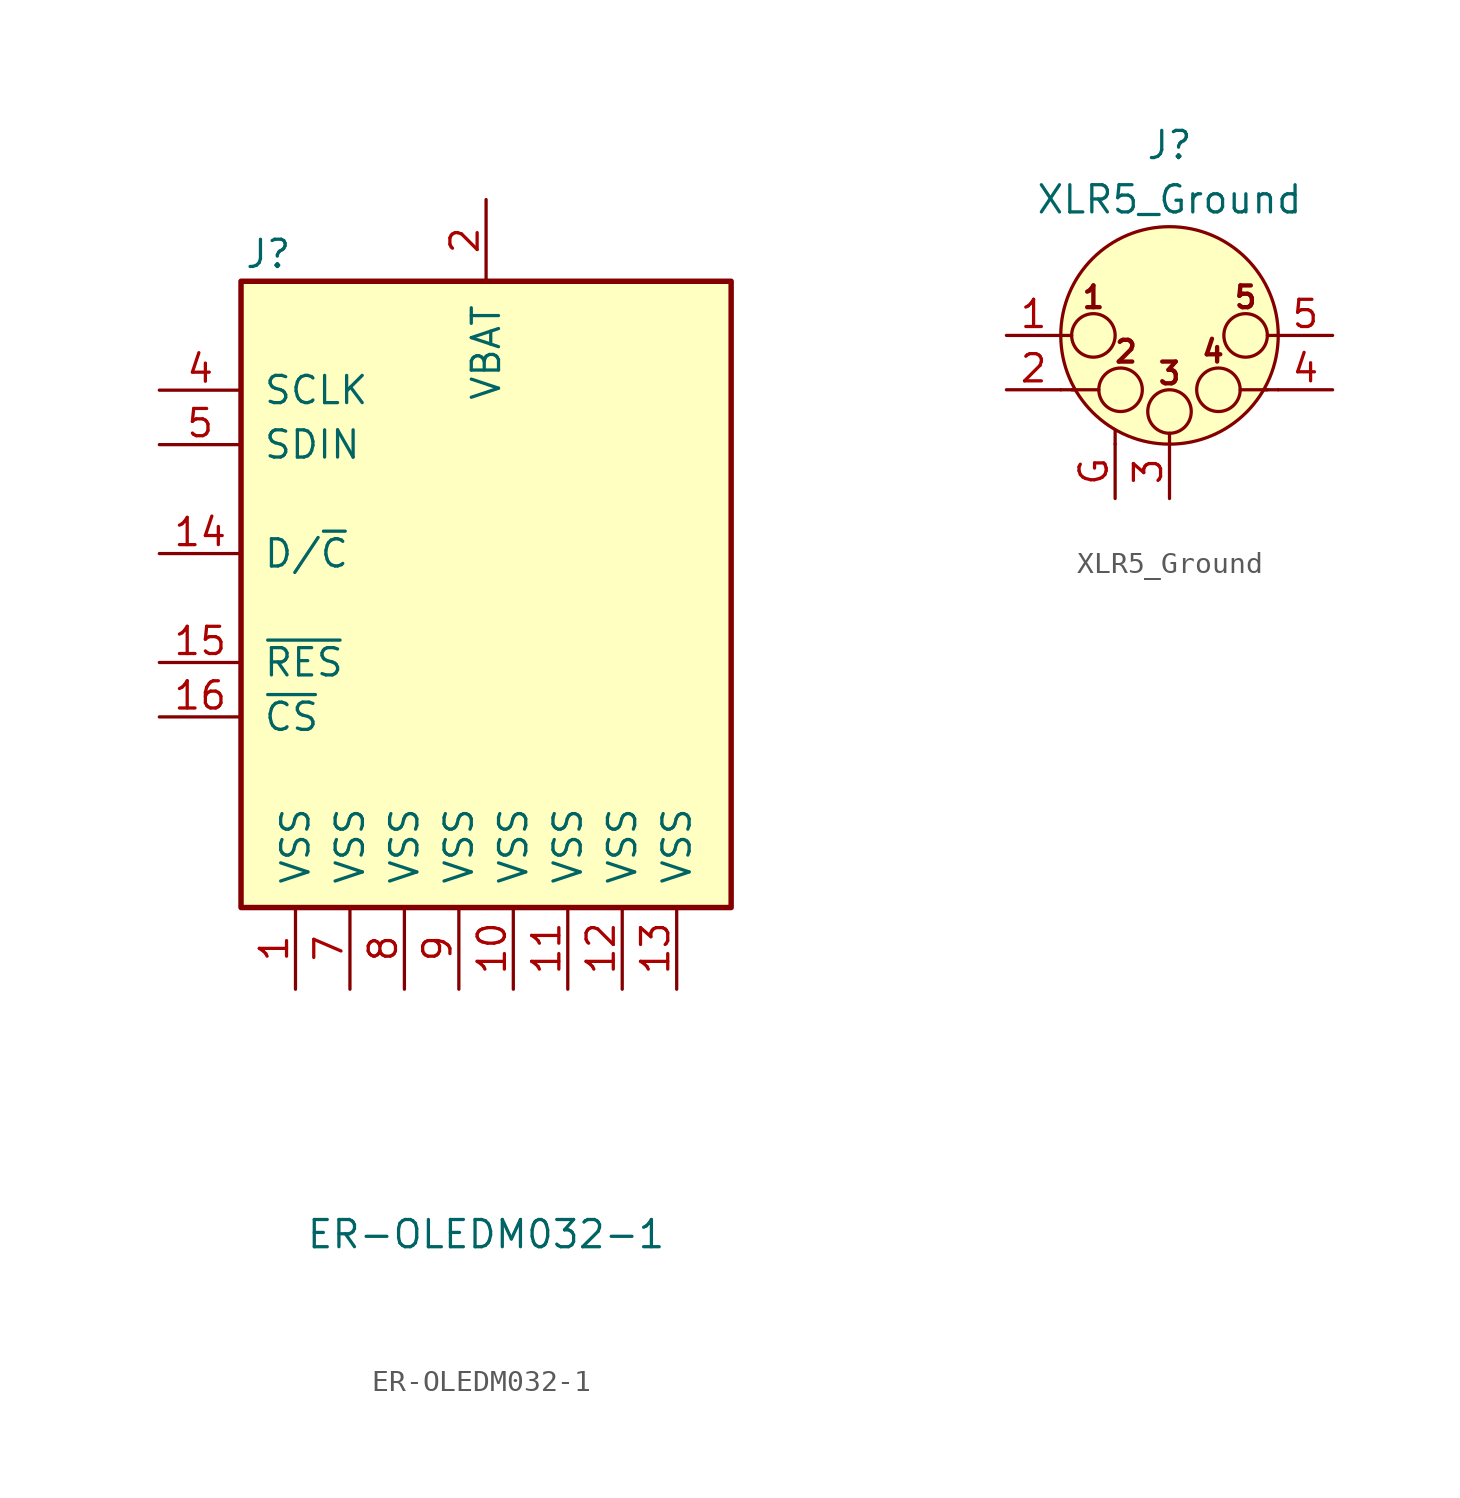
<source format=kicad_sym>
(kicad_symbol_lib
  (version 20211014)
  (generator kicad_symbol_editor)
  (symbol "ER-OLEDM032-1"
    (pin_names
      (offset 1.016))
    (property "Reference" "J"
      (at -10.16 15.24 0)
      (effects (font (size 1.27 1.27))))
    (property "Value" "ER-OLEDM032-1"
      (at 0 -30.48 0)
      (effects (font (size 1.27 1.27))))
    (symbol "ER-OLEDM032-1_1_1"
      (rectangle (start -11.43 13.97) (end 11.43 -15.24) (stroke (width 0.254) (type default) (color 0 0 0 0)) (fill (type background)))
      (pin power_in line (at -8.89 -19.05 90) (length 3.81) (name "VSS" (effects (font (size 1.27 1.27)))) (number "1" (effects (font (size 1.27 1.27)))))
      (pin power_in line (at 1.27 -19.05 90) (length 3.81) (name "VSS" (effects (font (size 1.27 1.27)))) (number "10" (effects (font (size 1.27 1.27)))))
      (pin power_in line (at 3.81 -19.05 90) (length 3.81) (name "VSS" (effects (font (size 1.27 1.27)))) (number "11" (effects (font (size 1.27 1.27)))))
      (pin power_in line (at 6.35 -19.05 90) (length 3.81) (name "VSS" (effects (font (size 1.27 1.27)))) (number "12" (effects (font (size 1.27 1.27)))))
      (pin power_in line (at 8.89 -19.05 90) (length 3.81) (name "VSS" (effects (font (size 1.27 1.27)))) (number "13" (effects (font (size 1.27 1.27)))))
      (pin input line (at -15.24 1.27 0) (length 3.81) (name "D/~{C}" (effects (font (size 1.27 1.27)))) (number "14" (effects (font (size 1.27 1.27)))))
      (pin input line (at -15.24 -3.81 0) (length 3.81) (name "~{RES}" (effects (font (size 1.27 1.27)))) (number "15" (effects (font (size 1.27 1.27)))))
      (pin input line (at -15.24 -6.35 0) (length 3.81) (name "~{CS}" (effects (font (size 1.27 1.27)))) (number "16" (effects (font (size 1.27 1.27)))))
      (pin power_in line (at 0 17.78 270) (length 3.81) (name "VBAT" (effects (font (size 1.27 1.27)))) (number "2" (effects (font (size 1.27 1.27)))))
      (pin no_connect line (at 15.24 8.89 180) (length 3.81) hide (name "NC" (effects (font (size 1.27 1.27)))) (number "3" (effects (font (size 1.27 1.27)))))
      (pin input line (at -15.24 8.89 0) (length 3.81) (name "SCLK" (effects (font (size 1.27 1.27)))) (number "4" (effects (font (size 1.27 1.27)))))
      (pin input line (at -15.24 6.35 0) (length 3.81) (name "SDIN" (effects (font (size 1.27 1.27)))) (number "5" (effects (font (size 1.27 1.27)))))
      (pin no_connect line (at 15.24 6.35 180) (length 3.81) hide (name "NC" (effects (font (size 1.27 1.27)))) (number "6" (effects (font (size 1.27 1.27)))))
      (pin power_in line (at -6.35 -19.05 90) (length 3.81) (name "VSS" (effects (font (size 1.27 1.27)))) (number "7" (effects (font (size 1.27 1.27)))))
      (pin power_in line (at -3.81 -19.05 90) (length 3.81) (name "VSS" (effects (font (size 1.27 1.27)))) (number "8" (effects (font (size 1.27 1.27)))))
      (pin power_in line (at -1.27 -19.05 90) (length 3.81) (name "VSS" (effects (font (size 1.27 1.27)))) (number "9" (effects (font (size 1.27 1.27)))))))
  (symbol "XLR5_Ground"
    (pin_names hide)
    (property "Reference" "J"
      (at 0 8.89 0)
      (effects (font (size 1.27 1.27))))
    (property "Value" "XLR5_Ground"
      (at 0 6.35 0)
      (effects (font (size 1.27 1.27))))
    (symbol "XLR5_Ground_0_1"
      (circle (center -3.556 0) (radius 1.016) (stroke (width 0) (type default) (color 0 0 0 0)) (fill (type none)))
      (circle (center -2.286 -2.54) (radius 1.016) (stroke (width 0) (type default) (color 0 0 0 0)) (fill (type none)))
      (circle (center 0 -3.556) (radius 1.016) (stroke (width 0) (type default) (color 0 0 0 0)) (fill (type none)))
      (polyline (pts (xy -5.08 -2.54) (xy -4.445 -2.54)) (stroke (width 0) (type default) (color 0 0 0 0)) (fill (type none)))
      (polyline (pts (xy -5.08 0) (xy -4.572 0)) (stroke (width 0) (type default) (color 0 0 0 0)) (fill (type none)))
      (polyline (pts (xy -4.572 -2.54) (xy -3.302 -2.54)) (stroke (width 0) (type default) (color 0 0 0 0)) (fill (type none)))
      (polyline (pts (xy -2.54 -5.08) (xy -2.54 -4.445)) (stroke (width 0) (type default) (color 0 0 0 0)) (fill (type none)))
      (polyline (pts (xy 0 -5.08) (xy 0 -4.572)) (stroke (width 0) (type default) (color 0 0 0 0)) (fill (type none)))
      (polyline (pts (xy 4.572 -2.54) (xy 3.302 -2.54)) (stroke (width 0) (type default) (color 0 0 0 0)) (fill (type none)))
      (polyline (pts (xy 5.08 -2.54) (xy 4.445 -2.54)) (stroke (width 0) (type default) (color 0 0 0 0)) (fill (type none)))
      (polyline (pts (xy 5.08 0) (xy 4.572 0)) (stroke (width 0) (type default) (color 0 0 0 0)) (fill (type none)))
      (circle (center 0 0) (radius 5.08) (stroke (width 0) (type default) (color 0 0 0 0)) (fill (type background)))
      (circle (center 2.286 -2.54) (radius 1.016) (stroke (width 0) (type default) (color 0 0 0 0)) (fill (type none)))
      (circle (center 3.556 0) (radius 1.016) (stroke (width 0) (type default) (color 0 0 0 0)) (fill (type none)))
      (text "1" (at -3.556 1.778 0) (effects (font (size 1.016 1.016) bold)))
      (text "2" (at -2.032 -0.762 0) (effects (font (size 1.016 1.016) bold)))
      (text "3" (at 0 -1.778 0) (effects (font (size 1.016 1.016) bold)))
      (text "4" (at 2.032 -0.762 0) (effects (font (size 1.016 1.016) bold)))
      (text "5" (at 3.556 1.778 0) (effects (font (size 1.016 1.016) bold))))
    (symbol "XLR5_Ground_1_1"
      (pin passive line (at -7.62 0 0) (length 2.54) (name "P1" (effects (font (size 1.27 1.27)))) (number "1" (effects (font (size 1.27 1.27)))))
      (pin passive line (at -7.62 -2.54 0) (length 2.54) (name "P2" (effects (font (size 1.27 1.27)))) (number "2" (effects (font (size 1.27 1.27)))))
      (pin passive line (at 0 -7.62 90) (length 2.54) (name "P3" (effects (font (size 1.27 1.27)))) (number "3" (effects (font (size 1.27 1.27)))))
      (pin passive line (at 7.62 -2.54 180) (length 2.54) (name "P3" (effects (font (size 1.27 1.27)))) (number "4" (effects (font (size 1.27 1.27)))))
      (pin passive line (at 7.62 0 180) (length 2.54) (name "P5" (effects (font (size 1.27 1.27)))) (number "5" (effects (font (size 1.27 1.27)))))
      (pin passive line (at -2.54 -7.62 90) (length 2.54) (name "~" (effects (font (size 1.27 1.27)))) (number "G" (effects (font (size 1.27 1.27))))))))
</source>
